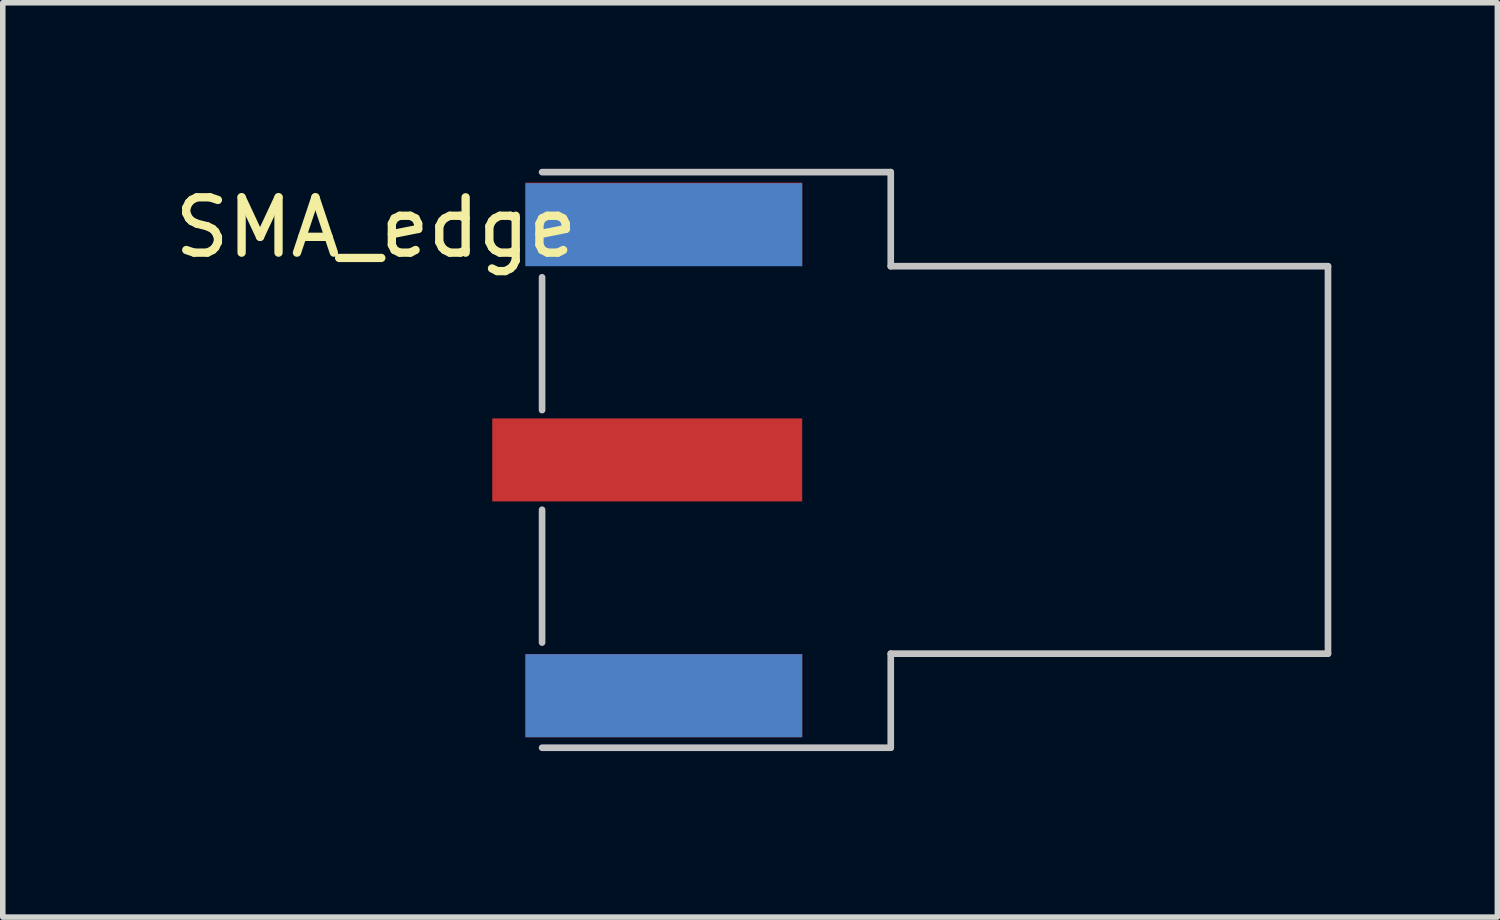
<source format=kicad_pcb>
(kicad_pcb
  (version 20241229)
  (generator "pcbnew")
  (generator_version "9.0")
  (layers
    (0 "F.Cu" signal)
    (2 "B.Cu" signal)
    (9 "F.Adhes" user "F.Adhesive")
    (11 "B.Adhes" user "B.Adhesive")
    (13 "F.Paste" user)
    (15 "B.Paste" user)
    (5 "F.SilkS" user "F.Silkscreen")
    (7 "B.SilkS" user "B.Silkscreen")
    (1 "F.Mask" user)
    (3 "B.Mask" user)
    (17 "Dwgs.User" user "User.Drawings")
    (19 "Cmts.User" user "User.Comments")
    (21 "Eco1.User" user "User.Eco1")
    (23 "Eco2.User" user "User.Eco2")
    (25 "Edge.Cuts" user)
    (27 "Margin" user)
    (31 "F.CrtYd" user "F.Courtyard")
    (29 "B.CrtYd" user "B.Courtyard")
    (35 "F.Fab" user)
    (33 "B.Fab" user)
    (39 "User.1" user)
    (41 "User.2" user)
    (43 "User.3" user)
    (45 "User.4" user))
  (footprint "SMA_edge"
    (layer "F.Cu")
    (at 11.444 5.26)
    (property "Reference" "SMA_edge" (at -7.7 -4.2 0) (layer "F.SilkS") (effects (font (size 1 1) (thickness 0.15))))
    (attr through_hole)
    (fp_line (start -4.7 -5.2) (end 1.6 -5.2) (stroke (width 0.12) (type solid)) (layer "Dwgs.User"))
    (fp_line (start -4.7 -3.3) (end -4.7 -0.9) (stroke (width 0.12) (type solid)) (layer "Dwgs.User"))
    (fp_line (start -4.7 0.9) (end -4.7 3.3) (stroke (width 0.12) (type solid)) (layer "Dwgs.User"))
    (fp_line (start -4.7 5.2) (end 1.6 5.2) (stroke (width 0.12) (type solid)) (layer "Dwgs.User"))
    (fp_line (start 1.6 -5.2) (end 1.6 -3.5) (stroke (width 0.12) (type solid)) (layer "Dwgs.User"))
    (fp_line (start 1.6 -3.5) (end 9.5 -3.5) (stroke (width 0.12) (type solid)) (layer "Dwgs.User"))
    (fp_line (start 1.6 3.5) (end 9.5 3.5) (stroke (width 0.12) (type solid)) (layer "Dwgs.User"))
    (fp_line (start 1.6 5.2) (end 1.6 3.5) (stroke (width 0.12) (type solid)) (layer "Dwgs.User"))
    (fp_line (start 9.5 -3.5) (end 9.5 3.5) (stroke (width 0.12) (type solid)) (layer "Dwgs.User"))
    (pad "1" smd rect (at -2.8 0 90) (size 1.5 5.6) (layers "F.Cu" "F.Mask" "F.Paste"))
    (pad "2" smd rect (at -2.5 -4.26 90) (size 1.5 5) (layers "F.Cu" "F.Mask" "F.Paste"))
    (pad "2" smd rect (at -2.5 -4.25 90) (size 1.5 5) (layers "F.Mask" "B.Cu" "F.Paste"))
    (pad "2" smd rect (at -2.5 4.26 90) (size 1.5 5) (layers "F.Cu" "F.Mask" "F.Paste"))
    (pad "2" smd rect (at -2.5 4.26 90) (size 1.5 5) (layers "F.Mask" "B.Cu" "F.Paste")))
  (gr_rect
    (start -3 -3)
    (end 24.004 13.52)
    (stroke (width 0.1) (type default))
    (fill no)
    (layer "Edge.Cuts")))
</source>
